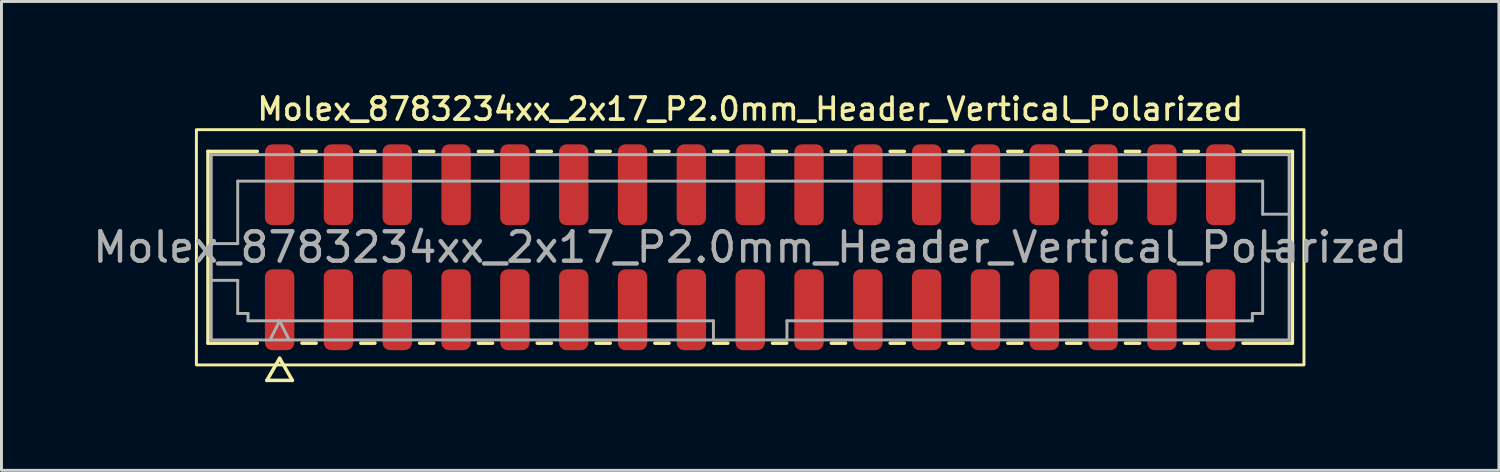
<source format=kicad_pcb>
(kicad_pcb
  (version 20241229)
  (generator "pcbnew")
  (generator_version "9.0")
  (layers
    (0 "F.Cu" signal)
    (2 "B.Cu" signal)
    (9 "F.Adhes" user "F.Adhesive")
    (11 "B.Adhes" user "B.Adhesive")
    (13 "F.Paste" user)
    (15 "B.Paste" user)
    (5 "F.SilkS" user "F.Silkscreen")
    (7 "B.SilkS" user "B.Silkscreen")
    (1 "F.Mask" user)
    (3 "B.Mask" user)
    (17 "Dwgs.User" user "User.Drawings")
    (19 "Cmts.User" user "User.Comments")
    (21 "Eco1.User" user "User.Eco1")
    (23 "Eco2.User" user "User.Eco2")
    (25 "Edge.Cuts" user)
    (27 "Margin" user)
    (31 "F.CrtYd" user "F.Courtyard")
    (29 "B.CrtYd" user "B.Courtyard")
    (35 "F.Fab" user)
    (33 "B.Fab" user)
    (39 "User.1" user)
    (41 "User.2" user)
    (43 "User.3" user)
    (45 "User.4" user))
  (footprint "Molex_8783234xx_2x17_P2.0mm_Header_Vertical_Polarized"
    (layer "F.Cu")
    (at 22.458 5.358)
    (property "Reference" "Molex_8783234xx_2x17_P2.0mm_Header_Vertical_Polarized" (at 0 -4.7 0) (layer "F.SilkS") (effects (font (size 0.75 0.75) (thickness 0.125))))
    (attr smd)
    (fp_line (start -18.435 -3.26) (end -16.76 -3.26) (stroke (width 0.12) (type solid)) (layer "F.SilkS"))
    (fp_line (start -18.435 3.26) (end -18.435 -3.26) (stroke (width 0.12) (type solid)) (layer "F.SilkS"))
    (fp_line (start -16.76 3.26) (end -18.435 3.26) (stroke (width 0.12) (type solid)) (layer "F.SilkS"))
    (fp_line (start -16.433 4.525) (end -16 3.775) (stroke (width 0.12) (type solid)) (layer "F.SilkS"))
    (fp_line (start -16 3.775) (end -15.567 4.525) (stroke (width 0.12) (type solid)) (layer "F.SilkS"))
    (fp_line (start -15.567 4.525) (end -16.433 4.525) (stroke (width 0.12) (type solid)) (layer "F.SilkS"))
    (fp_line (start -15.24 -3.26) (end -14.76 -3.26) (stroke (width 0.12) (type solid)) (layer "F.SilkS"))
    (fp_line (start -14.76 3.26) (end -15.24 3.26) (stroke (width 0.12) (type solid)) (layer "F.SilkS"))
    (fp_line (start -13.24 -3.26) (end -12.76 -3.26) (stroke (width 0.12) (type solid)) (layer "F.SilkS"))
    (fp_line (start -12.76 3.26) (end -13.24 3.26) (stroke (width 0.12) (type solid)) (layer "F.SilkS"))
    (fp_line (start -11.24 -3.26) (end -10.76 -3.26) (stroke (width 0.12) (type solid)) (layer "F.SilkS"))
    (fp_line (start -10.76 3.26) (end -11.24 3.26) (stroke (width 0.12) (type solid)) (layer "F.SilkS"))
    (fp_line (start -9.24 -3.26) (end -8.76 -3.26) (stroke (width 0.12) (type solid)) (layer "F.SilkS"))
    (fp_line (start -8.76 3.26) (end -9.24 3.26) (stroke (width 0.12) (type solid)) (layer "F.SilkS"))
    (fp_line (start -7.24 -3.26) (end -6.76 -3.26) (stroke (width 0.12) (type solid)) (layer "F.SilkS"))
    (fp_line (start -6.76 3.26) (end -7.24 3.26) (stroke (width 0.12) (type solid)) (layer "F.SilkS"))
    (fp_line (start -5.24 -3.26) (end -4.76 -3.26) (stroke (width 0.12) (type solid)) (layer "F.SilkS"))
    (fp_line (start -4.76 3.26) (end -5.24 3.26) (stroke (width 0.12) (type solid)) (layer "F.SilkS"))
    (fp_line (start -3.24 -3.26) (end -2.76 -3.26) (stroke (width 0.12) (type solid)) (layer "F.SilkS"))
    (fp_line (start -2.76 3.26) (end -3.24 3.26) (stroke (width 0.12) (type solid)) (layer "F.SilkS"))
    (fp_line (start -1.24 -3.26) (end -0.76 -3.26) (stroke (width 0.12) (type solid)) (layer "F.SilkS"))
    (fp_line (start -0.76 3.26) (end -1.24 3.26) (stroke (width 0.12) (type solid)) (layer "F.SilkS"))
    (fp_line (start 0.76 -3.26) (end 1.24 -3.26) (stroke (width 0.12) (type solid)) (layer "F.SilkS"))
    (fp_line (start 1.24 3.26) (end 0.76 3.26) (stroke (width 0.12) (type solid)) (layer "F.SilkS"))
    (fp_line (start 2.76 -3.26) (end 3.24 -3.26) (stroke (width 0.12) (type solid)) (layer "F.SilkS"))
    (fp_line (start 3.24 3.26) (end 2.76 3.26) (stroke (width 0.12) (type solid)) (layer "F.SilkS"))
    (fp_line (start 4.76 -3.26) (end 5.24 -3.26) (stroke (width 0.12) (type solid)) (layer "F.SilkS"))
    (fp_line (start 5.24 3.26) (end 4.76 3.26) (stroke (width 0.12) (type solid)) (layer "F.SilkS"))
    (fp_line (start 6.76 -3.26) (end 7.24 -3.26) (stroke (width 0.12) (type solid)) (layer "F.SilkS"))
    (fp_line (start 7.24 3.26) (end 6.76 3.26) (stroke (width 0.12) (type solid)) (layer "F.SilkS"))
    (fp_line (start 8.76 -3.26) (end 9.24 -3.26) (stroke (width 0.12) (type solid)) (layer "F.SilkS"))
    (fp_line (start 9.24 3.26) (end 8.76 3.26) (stroke (width 0.12) (type solid)) (layer "F.SilkS"))
    (fp_line (start 10.76 -3.26) (end 11.24 -3.26) (stroke (width 0.12) (type solid)) (layer "F.SilkS"))
    (fp_line (start 11.24 3.26) (end 10.76 3.26) (stroke (width 0.12) (type solid)) (layer "F.SilkS"))
    (fp_line (start 12.76 -3.26) (end 13.24 -3.26) (stroke (width 0.12) (type solid)) (layer "F.SilkS"))
    (fp_line (start 13.24 3.26) (end 12.76 3.26) (stroke (width 0.12) (type solid)) (layer "F.SilkS"))
    (fp_line (start 14.76 -3.26) (end 15.24 -3.26) (stroke (width 0.12) (type solid)) (layer "F.SilkS"))
    (fp_line (start 15.24 3.26) (end 14.76 3.26) (stroke (width 0.12) (type solid)) (layer "F.SilkS"))
    (fp_line (start 16.76 -3.26) (end 18.435 -3.26) (stroke (width 0.12) (type solid)) (layer "F.SilkS"))
    (fp_line (start 18.435 -3.26) (end 18.435 3.26) (stroke (width 0.12) (type solid)) (layer "F.SilkS"))
    (fp_line (start 18.435 3.26) (end 16.76 3.26) (stroke (width 0.12) (type solid)) (layer "F.SilkS"))
    (fp_rect (start -18.83 -4) (end 18.83 4) (stroke (width 0.1) (type solid)) (fill no) (layer "F.SilkS"))
    (fp_line (start -18.325 -3.15) (end 18.325 -3.15) (stroke (width 0.1) (type solid)) (layer "F.Fab"))
    (fp_line (start -18.325 -0.125) (end -17.425 -0.125) (stroke (width 0.1) (type solid)) (layer "F.Fab"))
    (fp_line (start -18.325 1.125) (end -17.425 1.125) (stroke (width 0.1) (type solid)) (layer "F.Fab"))
    (fp_line (start -18.325 3.15) (end -18.325 -3.15) (stroke (width 0.1) (type solid)) (layer "F.Fab"))
    (fp_line (start -17.425 -2.25) (end 17.425 -2.25) (stroke (width 0.1) (type solid)) (layer "F.Fab"))
    (fp_line (start -17.425 -0.125) (end -17.425 -2.25) (stroke (width 0.1) (type solid)) (layer "F.Fab"))
    (fp_line (start -17.425 1.125) (end -17.425 2.25) (stroke (width 0.1) (type solid)) (layer "F.Fab"))
    (fp_line (start -17.425 2.25) (end -17.075 2.25) (stroke (width 0.1) (type solid)) (layer "F.Fab"))
    (fp_line (start -17.075 2.25) (end -17.075 2.5) (stroke (width 0.1) (type solid)) (layer "F.Fab"))
    (fp_line (start -17.075 2.5) (end -1.25 2.5) (stroke (width 0.1) (type solid)) (layer "F.Fab"))
    (fp_line (start -16.325 3.15) (end -16 2.5) (stroke (width 0.1) (type solid)) (layer "F.Fab"))
    (fp_line (start -16 2.5) (end -15.675 3.15) (stroke (width 0.1) (type solid)) (layer "F.Fab"))
    (fp_line (start -1.25 2.5) (end -1.25 3.15) (stroke (width 0.1) (type solid)) (layer "F.Fab"))
    (fp_line (start 1.25 2.5) (end 1.25 3.15) (stroke (width 0.1) (type solid)) (layer "F.Fab"))
    (fp_line (start 1.25 2.5) (end 17.075 2.5) (stroke (width 0.1) (type solid)) (layer "F.Fab"))
    (fp_line (start 17.075 2.25) (end 17.425 2.25) (stroke (width 0.1) (type solid)) (layer "F.Fab"))
    (fp_line (start 17.075 2.5) (end 17.075 2.25) (stroke (width 0.1) (type solid)) (layer "F.Fab"))
    (fp_line (start 17.425 -2.25) (end 17.425 -1.125) (stroke (width 0.1) (type solid)) (layer "F.Fab"))
    (fp_line (start 17.425 -1.125) (end 18.325 -1.125) (stroke (width 0.1) (type solid)) (layer "F.Fab"))
    (fp_line (start 17.425 0.125) (end 18.325 0.125) (stroke (width 0.1) (type solid)) (layer "F.Fab"))
    (fp_line (start 17.425 2.25) (end 17.425 0.125) (stroke (width 0.1) (type solid)) (layer "F.Fab"))
    (fp_line (start 18.325 -3.15) (end 18.325 3.15) (stroke (width 0.1) (type solid)) (layer "F.Fab"))
    (fp_line (start 18.325 3.15) (end -18.325 3.15) (stroke (width 0.1) (type solid)) (layer "F.Fab"))
    (fp_text user "${REFERENCE}" (at 0 0 0) (layer "F.Fab") (effects (font (size 1 1) (thickness 0.15))))
    (pad "1" smd roundrect (at -16 2.125) (size 1 2.75) (layers "F.Cu" "F.Mask" "F.Paste") (roundrect_rratio 0.25))
    (pad "2" smd roundrect (at -16 -2.125) (size 1 2.75) (layers "F.Cu" "F.Mask" "F.Paste") (roundrect_rratio 0.25))
    (pad "3" smd roundrect (at -14 2.125) (size 1 2.75) (layers "F.Cu" "F.Mask" "F.Paste") (roundrect_rratio 0.25))
    (pad "4" smd roundrect (at -14 -2.125) (size 1 2.75) (layers "F.Cu" "F.Mask" "F.Paste") (roundrect_rratio 0.25))
    (pad "5" smd roundrect (at -12 2.125) (size 1 2.75) (layers "F.Cu" "F.Mask" "F.Paste") (roundrect_rratio 0.25))
    (pad "6" smd roundrect (at -12 -2.125) (size 1 2.75) (layers "F.Cu" "F.Mask" "F.Paste") (roundrect_rratio 0.25))
    (pad "7" smd roundrect (at -10 2.125) (size 1 2.75) (layers "F.Cu" "F.Mask" "F.Paste") (roundrect_rratio 0.25))
    (pad "8" smd roundrect (at -10 -2.125) (size 1 2.75) (layers "F.Cu" "F.Mask" "F.Paste") (roundrect_rratio 0.25))
    (pad "9" smd roundrect (at -8 2.125) (size 1 2.75) (layers "F.Cu" "F.Mask" "F.Paste") (roundrect_rratio 0.25))
    (pad "10" smd roundrect (at -8 -2.125) (size 1 2.75) (layers "F.Cu" "F.Mask" "F.Paste") (roundrect_rratio 0.25))
    (pad "11" smd roundrect (at -6 2.125) (size 1 2.75) (layers "F.Cu" "F.Mask" "F.Paste") (roundrect_rratio 0.25))
    (pad "12" smd roundrect (at -6 -2.125) (size 1 2.75) (layers "F.Cu" "F.Mask" "F.Paste") (roundrect_rratio 0.25))
    (pad "13" smd roundrect (at -4 2.125) (size 1 2.75) (layers "F.Cu" "F.Mask" "F.Paste") (roundrect_rratio 0.25))
    (pad "14" smd roundrect (at -4 -2.125) (size 1 2.75) (layers "F.Cu" "F.Mask" "F.Paste") (roundrect_rratio 0.25))
    (pad "15" smd roundrect (at -2 2.125) (size 1 2.75) (layers "F.Cu" "F.Mask" "F.Paste") (roundrect_rratio 0.25))
    (pad "16" smd roundrect (at -2 -2.125) (size 1 2.75) (layers "F.Cu" "F.Mask" "F.Paste") (roundrect_rratio 0.25))
    (pad "17" smd roundrect (at 0 2.125) (size 1 2.75) (layers "F.Cu" "F.Mask" "F.Paste") (roundrect_rratio 0.25))
    (pad "18" smd roundrect (at 0 -2.125) (size 1 2.75) (layers "F.Cu" "F.Mask" "F.Paste") (roundrect_rratio 0.25))
    (pad "19" smd roundrect (at 2 2.125) (size 1 2.75) (layers "F.Cu" "F.Mask" "F.Paste") (roundrect_rratio 0.25))
    (pad "20" smd roundrect (at 2 -2.125) (size 1 2.75) (layers "F.Cu" "F.Mask" "F.Paste") (roundrect_rratio 0.25))
    (pad "21" smd roundrect (at 4 2.125) (size 1 2.75) (layers "F.Cu" "F.Mask" "F.Paste") (roundrect_rratio 0.25))
    (pad "22" smd roundrect (at 4 -2.125) (size 1 2.75) (layers "F.Cu" "F.Mask" "F.Paste") (roundrect_rratio 0.25))
    (pad "23" smd roundrect (at 6 2.125) (size 1 2.75) (layers "F.Cu" "F.Mask" "F.Paste") (roundrect_rratio 0.25))
    (pad "24" smd roundrect (at 6 -2.125) (size 1 2.75) (layers "F.Cu" "F.Mask" "F.Paste") (roundrect_rratio 0.25))
    (pad "25" smd roundrect (at 8 2.125) (size 1 2.75) (layers "F.Cu" "F.Mask" "F.Paste") (roundrect_rratio 0.25))
    (pad "26" smd roundrect (at 8 -2.125) (size 1 2.75) (layers "F.Cu" "F.Mask" "F.Paste") (roundrect_rratio 0.25))
    (pad "27" smd roundrect (at 10 2.125) (size 1 2.75) (layers "F.Cu" "F.Mask" "F.Paste") (roundrect_rratio 0.25))
    (pad "28" smd roundrect (at 10 -2.125) (size 1 2.75) (layers "F.Cu" "F.Mask" "F.Paste") (roundrect_rratio 0.25))
    (pad "29" smd roundrect (at 12 2.125) (size 1 2.75) (layers "F.Cu" "F.Mask" "F.Paste") (roundrect_rratio 0.25))
    (pad "30" smd roundrect (at 12 -2.125) (size 1 2.75) (layers "F.Cu" "F.Mask" "F.Paste") (roundrect_rratio 0.25))
    (pad "31" smd roundrect (at 14 2.125) (size 1 2.75) (layers "F.Cu" "F.Mask" "F.Paste") (roundrect_rratio 0.25))
    (pad "32" smd roundrect (at 14 -2.125) (size 1 2.75) (layers "F.Cu" "F.Mask" "F.Paste") (roundrect_rratio 0.25))
    (pad "33" smd roundrect (at 16 2.125) (size 1 2.75) (layers "F.Cu" "F.Mask" "F.Paste") (roundrect_rratio 0.25))
    (pad "34" smd roundrect (at 16 -2.125) (size 1 2.75) (layers "F.Cu" "F.Mask" "F.Paste") (roundrect_rratio 0.25)))
  (gr_rect
    (start -3 -3)
    (end 47.917 12.943)
    (stroke (width 0.1) (type default))
    (fill no)
    (layer "Edge.Cuts")))
</source>
